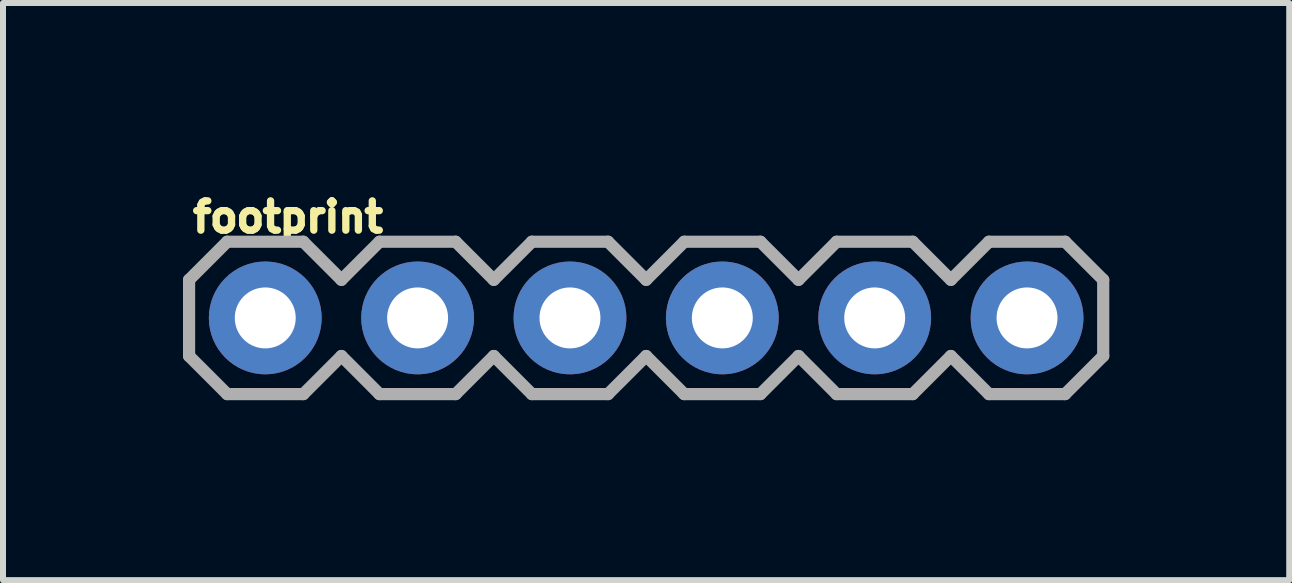
<source format=kicad_pcb>
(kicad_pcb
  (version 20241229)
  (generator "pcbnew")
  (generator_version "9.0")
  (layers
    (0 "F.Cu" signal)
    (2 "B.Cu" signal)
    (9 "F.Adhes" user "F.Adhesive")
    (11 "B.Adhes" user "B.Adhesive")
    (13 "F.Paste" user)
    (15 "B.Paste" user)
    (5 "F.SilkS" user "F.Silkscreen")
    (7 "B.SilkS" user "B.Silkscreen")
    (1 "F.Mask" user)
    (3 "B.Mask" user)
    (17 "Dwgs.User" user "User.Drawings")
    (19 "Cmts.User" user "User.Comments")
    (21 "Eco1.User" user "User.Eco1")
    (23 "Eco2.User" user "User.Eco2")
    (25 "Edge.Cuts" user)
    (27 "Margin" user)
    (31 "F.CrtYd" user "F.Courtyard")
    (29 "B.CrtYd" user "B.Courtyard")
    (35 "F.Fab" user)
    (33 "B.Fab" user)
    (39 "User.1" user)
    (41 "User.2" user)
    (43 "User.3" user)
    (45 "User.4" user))
  (footprint "footprint"
    (layer "F.Cu")
    (at 1.372 2.25)
    (property "Reference" "footprint" (at -1.27 -1.397 0) (layer "F.SilkS") (effects (font (size 0.488 0.488) (thickness 0.122)) (justify left bottom)))
    (fp_poly (pts (xy 0.159 -0.483) (xy 0.301 -0.408) (xy 0.417 -0.289) (xy 0.503 -0.008) (xy 0.442 0.01) (xy 0.505 0.021) (xy 0.48 0.166) (xy 0.408 0.305) (xy 0.296 0.415) (xy 0.155 0.486) (xy 0.009 0.507) (xy 0.000001 0.445) (xy -0.008 0.507) (xy -0.153 0.488) (xy -0.294 0.42) (xy -0.41 0.309) (xy -0.509 0.027) (xy -0.487 -0.139) (xy -0.417 -0.286) (xy -0.301 -0.408) (xy -0.005 -0.512)) (stroke (width 0) (type solid)) (fill yes) (layer "F.Mask"))
    (fp_poly (pts (xy 2.699 -0.483) (xy 2.841 -0.408) (xy 2.957 -0.289) (xy 3.043 -0.008) (xy 2.982 0.01) (xy 3.045 0.021) (xy 3.02 0.166) (xy 2.948 0.305) (xy 2.836 0.415) (xy 2.695 0.486) (xy 2.549 0.507) (xy 2.54 0.445) (xy 2.532 0.507) (xy 2.387 0.488) (xy 2.246 0.42) (xy 2.13 0.309) (xy 2.031 0.027) (xy 2.053 -0.139) (xy 2.123 -0.286) (xy 2.239 -0.408) (xy 2.535 -0.512)) (stroke (width 0) (type solid)) (fill yes) (layer "F.Mask"))
    (fp_poly (pts (xy 5.239 -0.483) (xy 5.381 -0.408) (xy 5.497 -0.289) (xy 5.583 -0.008) (xy 5.522 0.01) (xy 5.585 0.021) (xy 5.56 0.166) (xy 5.488 0.305) (xy 5.376 0.415) (xy 5.235 0.486) (xy 5.089 0.507) (xy 5.08 0.445) (xy 5.072 0.507) (xy 4.927 0.488) (xy 4.786 0.42) (xy 4.67 0.309) (xy 4.571 0.027) (xy 4.593 -0.139) (xy 4.663 -0.286) (xy 4.779 -0.408) (xy 5.075 -0.512)) (stroke (width 0) (type solid)) (fill yes) (layer "F.Mask"))
    (fp_poly (pts (xy 7.779 -0.483) (xy 7.921 -0.408) (xy 8.037 -0.289) (xy 8.123 -0.008) (xy 8.062 0.01) (xy 8.125 0.021) (xy 8.1 0.166) (xy 8.028 0.305) (xy 7.916 0.415) (xy 7.775 0.486) (xy 7.629 0.507) (xy 7.62 0.445) (xy 7.612 0.507) (xy 7.467 0.488) (xy 7.326 0.42) (xy 7.21 0.309) (xy 7.111 0.027) (xy 7.133 -0.139) (xy 7.203 -0.286) (xy 7.319 -0.408) (xy 7.615 -0.512)) (stroke (width 0) (type solid)) (fill yes) (layer "F.Mask"))
    (fp_poly (pts (xy 10.319 -0.483) (xy 10.461 -0.408) (xy 10.577 -0.289) (xy 10.663 -0.008) (xy 10.602 0.01) (xy 10.665 0.021) (xy 10.64 0.166) (xy 10.568 0.305) (xy 10.456 0.415) (xy 10.315 0.486) (xy 10.169 0.507) (xy 10.16 0.445) (xy 10.152 0.507) (xy 10.007 0.488) (xy 9.866 0.42) (xy 9.75 0.309) (xy 9.651 0.027) (xy 9.673 -0.139) (xy 9.743 -0.286) (xy 9.859 -0.408) (xy 10.155 -0.512)) (stroke (width 0) (type solid)) (fill yes) (layer "F.Mask"))
    (fp_poly (pts (xy 12.859 -0.483) (xy 13.001 -0.408) (xy 13.117 -0.289) (xy 13.203 -0.008) (xy 13.142 0.01) (xy 13.205 0.021) (xy 13.18 0.166) (xy 13.108 0.305) (xy 12.996 0.415) (xy 12.855 0.486) (xy 12.709 0.507) (xy 12.7 0.445) (xy 12.692 0.507) (xy 12.547 0.488) (xy 12.406 0.42) (xy 12.29 0.309) (xy 12.191 0.027) (xy 12.213 -0.139) (xy 12.283 -0.286) (xy 12.399 -0.408) (xy 12.695 -0.512)) (stroke (width 0) (type solid)) (fill yes) (layer "F.Mask"))
    (fp_poly (pts (xy 0.201 -0.994) (xy 0.393 -0.932) (xy 0.569 -0.835) (xy 0.723 -0.705) (xy 0.849 -0.547) (xy 0.941 -0.368) (xy 0.997 -0.174) (xy 1.013 0.02) (xy 0.95 0.025) (xy 1.013 0.032) (xy 0.992 0.221) (xy 0.933 0.408) (xy 0.839 0.58) (xy 0.713 0.731) (xy 0.56 0.854) (xy 0.386 0.944) (xy 0.197 0.999) (xy 0.008 1.016) (xy 0.003 0.953) (xy -0.003 1.016) (xy -0.193 1) (xy -0.383 0.945) (xy -0.558 0.854) (xy -0.712 0.731) (xy -0.839 0.58) (xy -0.936 0.405) (xy -1.016 0.027) (xy -0.999 -0.177) (xy -0.943 -0.371) (xy -0.85 -0.549) (xy -0.724 -0.707) (xy -0.57 -0.836) (xy -0.39 -0.935) (xy -0.003 -1.017)) (stroke (width 0) (type solid)) (fill yes) (layer "B.Mask"))
    (fp_poly (pts (xy 2.741 -0.994) (xy 2.933 -0.932) (xy 3.109 -0.835) (xy 3.263 -0.705) (xy 3.389 -0.547) (xy 3.481 -0.368) (xy 3.537 -0.174) (xy 3.553 0.02) (xy 3.49 0.025) (xy 3.553 0.032) (xy 3.532 0.221) (xy 3.473 0.408) (xy 3.379 0.58) (xy 3.253 0.731) (xy 3.1 0.854) (xy 2.926 0.944) (xy 2.737 0.999) (xy 2.548 1.016) (xy 2.543 0.953) (xy 2.537 1.016) (xy 2.347 1) (xy 2.157 0.945) (xy 1.982 0.854) (xy 1.828 0.731) (xy 1.701 0.58) (xy 1.604 0.405) (xy 1.524 0.027) (xy 1.541 -0.177) (xy 1.597 -0.371) (xy 1.69 -0.549) (xy 1.816 -0.707) (xy 1.97 -0.836) (xy 2.15 -0.935) (xy 2.537 -1.017)) (stroke (width 0) (type solid)) (fill yes) (layer "B.Mask"))
    (fp_poly (pts (xy 5.281 -0.994) (xy 5.473 -0.932) (xy 5.649 -0.835) (xy 5.803 -0.705) (xy 5.929 -0.547) (xy 6.021 -0.368) (xy 6.077 -0.174) (xy 6.093 0.02) (xy 6.03 0.025) (xy 6.093 0.032) (xy 6.072 0.221) (xy 6.013 0.408) (xy 5.919 0.58) (xy 5.793 0.731) (xy 5.64 0.854) (xy 5.466 0.944) (xy 5.277 0.999) (xy 5.088 1.016) (xy 5.083 0.953) (xy 5.077 1.016) (xy 4.887 1) (xy 4.697 0.945) (xy 4.522 0.854) (xy 4.368 0.731) (xy 4.241 0.58) (xy 4.144 0.405) (xy 4.064 0.027) (xy 4.081 -0.177) (xy 4.137 -0.371) (xy 4.23 -0.549) (xy 4.356 -0.707) (xy 4.51 -0.836) (xy 4.69 -0.935) (xy 5.077 -1.017)) (stroke (width 0) (type solid)) (fill yes) (layer "B.Mask"))
    (fp_poly (pts (xy 7.821 -0.994) (xy 8.013 -0.932) (xy 8.189 -0.835) (xy 8.343 -0.705) (xy 8.469 -0.547) (xy 8.561 -0.368) (xy 8.617 -0.174) (xy 8.633 0.02) (xy 8.57 0.025) (xy 8.633 0.032) (xy 8.612 0.221) (xy 8.553 0.408) (xy 8.459 0.58) (xy 8.333 0.731) (xy 8.18 0.854) (xy 8.006 0.944) (xy 7.817 0.999) (xy 7.628 1.016) (xy 7.623 0.953) (xy 7.617 1.016) (xy 7.427 1) (xy 7.237 0.945) (xy 7.062 0.854) (xy 6.908 0.731) (xy 6.781 0.58) (xy 6.684 0.405) (xy 6.604 0.027) (xy 6.621 -0.177) (xy 6.677 -0.371) (xy 6.77 -0.549) (xy 6.896 -0.707) (xy 7.05 -0.836) (xy 7.23 -0.935) (xy 7.617 -1.017)) (stroke (width 0) (type solid)) (fill yes) (layer "B.Mask"))
    (fp_poly (pts (xy 10.361 -0.994) (xy 10.553 -0.932) (xy 10.729 -0.835) (xy 10.883 -0.705) (xy 11.009 -0.547) (xy 11.101 -0.368) (xy 11.157 -0.174) (xy 11.173 0.02) (xy 11.11 0.025) (xy 11.173 0.032) (xy 11.152 0.221) (xy 11.093 0.408) (xy 10.999 0.58) (xy 10.873 0.731) (xy 10.72 0.854) (xy 10.546 0.944) (xy 10.357 0.999) (xy 10.168 1.016) (xy 10.163 0.953) (xy 10.157 1.016) (xy 9.967 1) (xy 9.777 0.945) (xy 9.602 0.854) (xy 9.448 0.731) (xy 9.321 0.58) (xy 9.224 0.405) (xy 9.144 0.027) (xy 9.161 -0.177) (xy 9.217 -0.371) (xy 9.31 -0.549) (xy 9.436 -0.707) (xy 9.59 -0.836) (xy 9.77 -0.935) (xy 10.157 -1.017)) (stroke (width 0) (type solid)) (fill yes) (layer "B.Mask"))
    (fp_poly (pts (xy 12.901 -0.994) (xy 13.093 -0.932) (xy 13.269 -0.835) (xy 13.423 -0.705) (xy 13.549 -0.547) (xy 13.641 -0.368) (xy 13.697 -0.174) (xy 13.713 0.02) (xy 13.65 0.025) (xy 13.713 0.032) (xy 13.692 0.221) (xy 13.633 0.408) (xy 13.539 0.58) (xy 13.413 0.731) (xy 13.26 0.854) (xy 13.086 0.944) (xy 12.897 0.999) (xy 12.708 1.016) (xy 12.703 0.953) (xy 12.697 1.016) (xy 12.507 1) (xy 12.317 0.945) (xy 12.142 0.854) (xy 11.988 0.731) (xy 11.861 0.58) (xy 11.764 0.405) (xy 11.684 0.027) (xy 11.701 -0.177) (xy 11.757 -0.371) (xy 11.85 -0.549) (xy 11.976 -0.707) (xy 12.13 -0.836) (xy 12.31 -0.935) (xy 12.697 -1.017)) (stroke (width 0) (type solid)) (fill yes) (layer "B.Mask"))
    (fp_line (start -1.27 -0.635) (end -1.27 0.635) (stroke (width 0.203) (type solid)) (layer "F.Fab"))
    (fp_line (start -1.27 0.635) (end -0.635 1.27) (stroke (width 0.203) (type solid)) (layer "F.Fab"))
    (fp_line (start -0.635 -1.27) (end -1.27 -0.635) (stroke (width 0.203) (type solid)) (layer "F.Fab"))
    (fp_line (start -0.635 -1.27) (end 0.635 -1.27) (stroke (width 0.203) (type solid)) (layer "F.Fab"))
    (fp_line (start 0.635 -1.27) (end 1.27 -0.635) (stroke (width 0.203) (type solid)) (layer "F.Fab"))
    (fp_line (start 0.635 1.27) (end -0.635 1.27) (stroke (width 0.203) (type solid)) (layer "F.Fab"))
    (fp_line (start 1.27 -0.635) (end 1.905 -1.27) (stroke (width 0.203) (type solid)) (layer "F.Fab"))
    (fp_line (start 1.27 0.635) (end 0.635 1.27) (stroke (width 0.203) (type solid)) (layer "F.Fab"))
    (fp_line (start 1.905 -1.27) (end 3.175 -1.27) (stroke (width 0.203) (type solid)) (layer "F.Fab"))
    (fp_line (start 1.905 1.27) (end 1.27 0.635) (stroke (width 0.203) (type solid)) (layer "F.Fab"))
    (fp_line (start 3.175 -1.27) (end 3.81 -0.635) (stroke (width 0.203) (type solid)) (layer "F.Fab"))
    (fp_line (start 3.175 1.27) (end 1.905 1.27) (stroke (width 0.203) (type solid)) (layer "F.Fab"))
    (fp_line (start 3.81 -0.635) (end 4.445 -1.27) (stroke (width 0.203) (type solid)) (layer "F.Fab"))
    (fp_line (start 3.81 0.635) (end 3.175 1.27) (stroke (width 0.203) (type solid)) (layer "F.Fab"))
    (fp_line (start 4.445 -1.27) (end 5.715 -1.27) (stroke (width 0.203) (type solid)) (layer "F.Fab"))
    (fp_line (start 4.445 1.27) (end 3.81 0.635) (stroke (width 0.203) (type solid)) (layer "F.Fab"))
    (fp_line (start 5.715 -1.27) (end 6.35 -0.635) (stroke (width 0.203) (type solid)) (layer "F.Fab"))
    (fp_line (start 5.715 1.27) (end 4.445 1.27) (stroke (width 0.203) (type solid)) (layer "F.Fab"))
    (fp_line (start 6.35 0.635) (end 5.715 1.27) (stroke (width 0.203) (type solid)) (layer "F.Fab"))
    (fp_line (start 6.35 0.635) (end 6.985 1.27) (stroke (width 0.203) (type solid)) (layer "F.Fab"))
    (fp_line (start 6.985 -1.27) (end 6.35 -0.635) (stroke (width 0.203) (type solid)) (layer "F.Fab"))
    (fp_line (start 6.985 -1.27) (end 8.255 -1.27) (stroke (width 0.203) (type solid)) (layer "F.Fab"))
    (fp_line (start 8.255 -1.27) (end 8.89 -0.635) (stroke (width 0.203) (type solid)) (layer "F.Fab"))
    (fp_line (start 8.255 1.27) (end 6.985 1.27) (stroke (width 0.203) (type solid)) (layer "F.Fab"))
    (fp_line (start 8.89 -0.635) (end 9.525 -1.27) (stroke (width 0.203) (type solid)) (layer "F.Fab"))
    (fp_line (start 8.89 0.635) (end 8.255 1.27) (stroke (width 0.203) (type solid)) (layer "F.Fab"))
    (fp_line (start 9.525 -1.27) (end 10.795 -1.27) (stroke (width 0.203) (type solid)) (layer "F.Fab"))
    (fp_line (start 9.525 1.27) (end 8.89 0.635) (stroke (width 0.203) (type solid)) (layer "F.Fab"))
    (fp_line (start 10.795 -1.27) (end 11.43 -0.635) (stroke (width 0.203) (type solid)) (layer "F.Fab"))
    (fp_line (start 10.795 1.27) (end 9.525 1.27) (stroke (width 0.203) (type solid)) (layer "F.Fab"))
    (fp_line (start 11.43 -0.635) (end 12.065 -1.27) (stroke (width 0.203) (type solid)) (layer "F.Fab"))
    (fp_line (start 11.43 0.635) (end 10.795 1.27) (stroke (width 0.203) (type solid)) (layer "F.Fab"))
    (fp_line (start 12.065 -1.27) (end 13.335 -1.27) (stroke (width 0.203) (type solid)) (layer "F.Fab"))
    (fp_line (start 12.065 1.27) (end 11.43 0.635) (stroke (width 0.203) (type solid)) (layer "F.Fab"))
    (fp_line (start 13.335 -1.27) (end 13.97 -0.635) (stroke (width 0.203) (type solid)) (layer "F.Fab"))
    (fp_line (start 13.335 1.27) (end 12.065 1.27) (stroke (width 0.203) (type solid)) (layer "F.Fab"))
    (fp_line (start 13.97 -0.635) (end 13.97 0.635) (stroke (width 0.203) (type solid)) (layer "F.Fab"))
    (fp_line (start 13.97 0.635) (end 13.335 1.27) (stroke (width 0.203) (type solid)) (layer "F.Fab"))
    (fp_poly (pts (xy -0.254 0.254) (xy 0.254 0.254) (xy 0.254 -0.254) (xy -0.254 -0.254)) (stroke (width 0.1) (type solid)) (fill no) (layer "F.Fab"))
    (fp_poly (pts (xy 2.286 0.254) (xy 2.794 0.254) (xy 2.794 -0.254) (xy 2.286 -0.254)) (stroke (width 0.1) (type solid)) (fill no) (layer "F.Fab"))
    (fp_poly (pts (xy 4.826 0.254) (xy 5.334 0.254) (xy 5.334 -0.254) (xy 4.826 -0.254)) (stroke (width 0.1) (type solid)) (fill no) (layer "F.Fab"))
    (fp_poly (pts (xy 7.366 0.254) (xy 7.874 0.254) (xy 7.874 -0.254) (xy 7.366 -0.254)) (stroke (width 0.1) (type solid)) (fill no) (layer "F.Fab"))
    (fp_poly (pts (xy 9.906 0.254) (xy 10.414 0.254) (xy 10.414 -0.254) (xy 9.906 -0.254)) (stroke (width 0.1) (type solid)) (fill no) (layer "F.Fab"))
    (fp_poly (pts (xy 12.446 0.254) (xy 12.954 0.254) (xy 12.954 -0.254) (xy 12.446 -0.254)) (stroke (width 0.1) (type solid)) (fill no) (layer "F.Fab"))
    (pad "1" thru_hole circle (at 0 0 90) (size 1.88 1.88) (drill 1.016) (layers "*.Cu"))
    (pad "2" thru_hole circle (at 2.54 0 90) (size 1.88 1.88) (drill 1.016) (layers "*.Cu"))
    (pad "3" thru_hole circle (at 5.08 0 90) (size 1.88 1.88) (drill 1.016) (layers "*.Cu"))
    (pad "4" thru_hole circle (at 7.62 0 90) (size 1.88 1.88) (drill 1.016) (layers "*.Cu"))
    (pad "5" thru_hole circle (at 10.16 0 90) (size 1.88 1.88) (drill 1.016) (layers "*.Cu"))
    (pad "6" thru_hole circle (at 12.7 0 90) (size 1.88 1.88) (drill 1.016) (layers "*.Cu")))
  (gr_rect
    (start -3 -3)
    (end 18.443 6.622)
    (stroke (width 0.1) (type default))
    (fill no)
    (layer "Edge.Cuts")))
</source>
